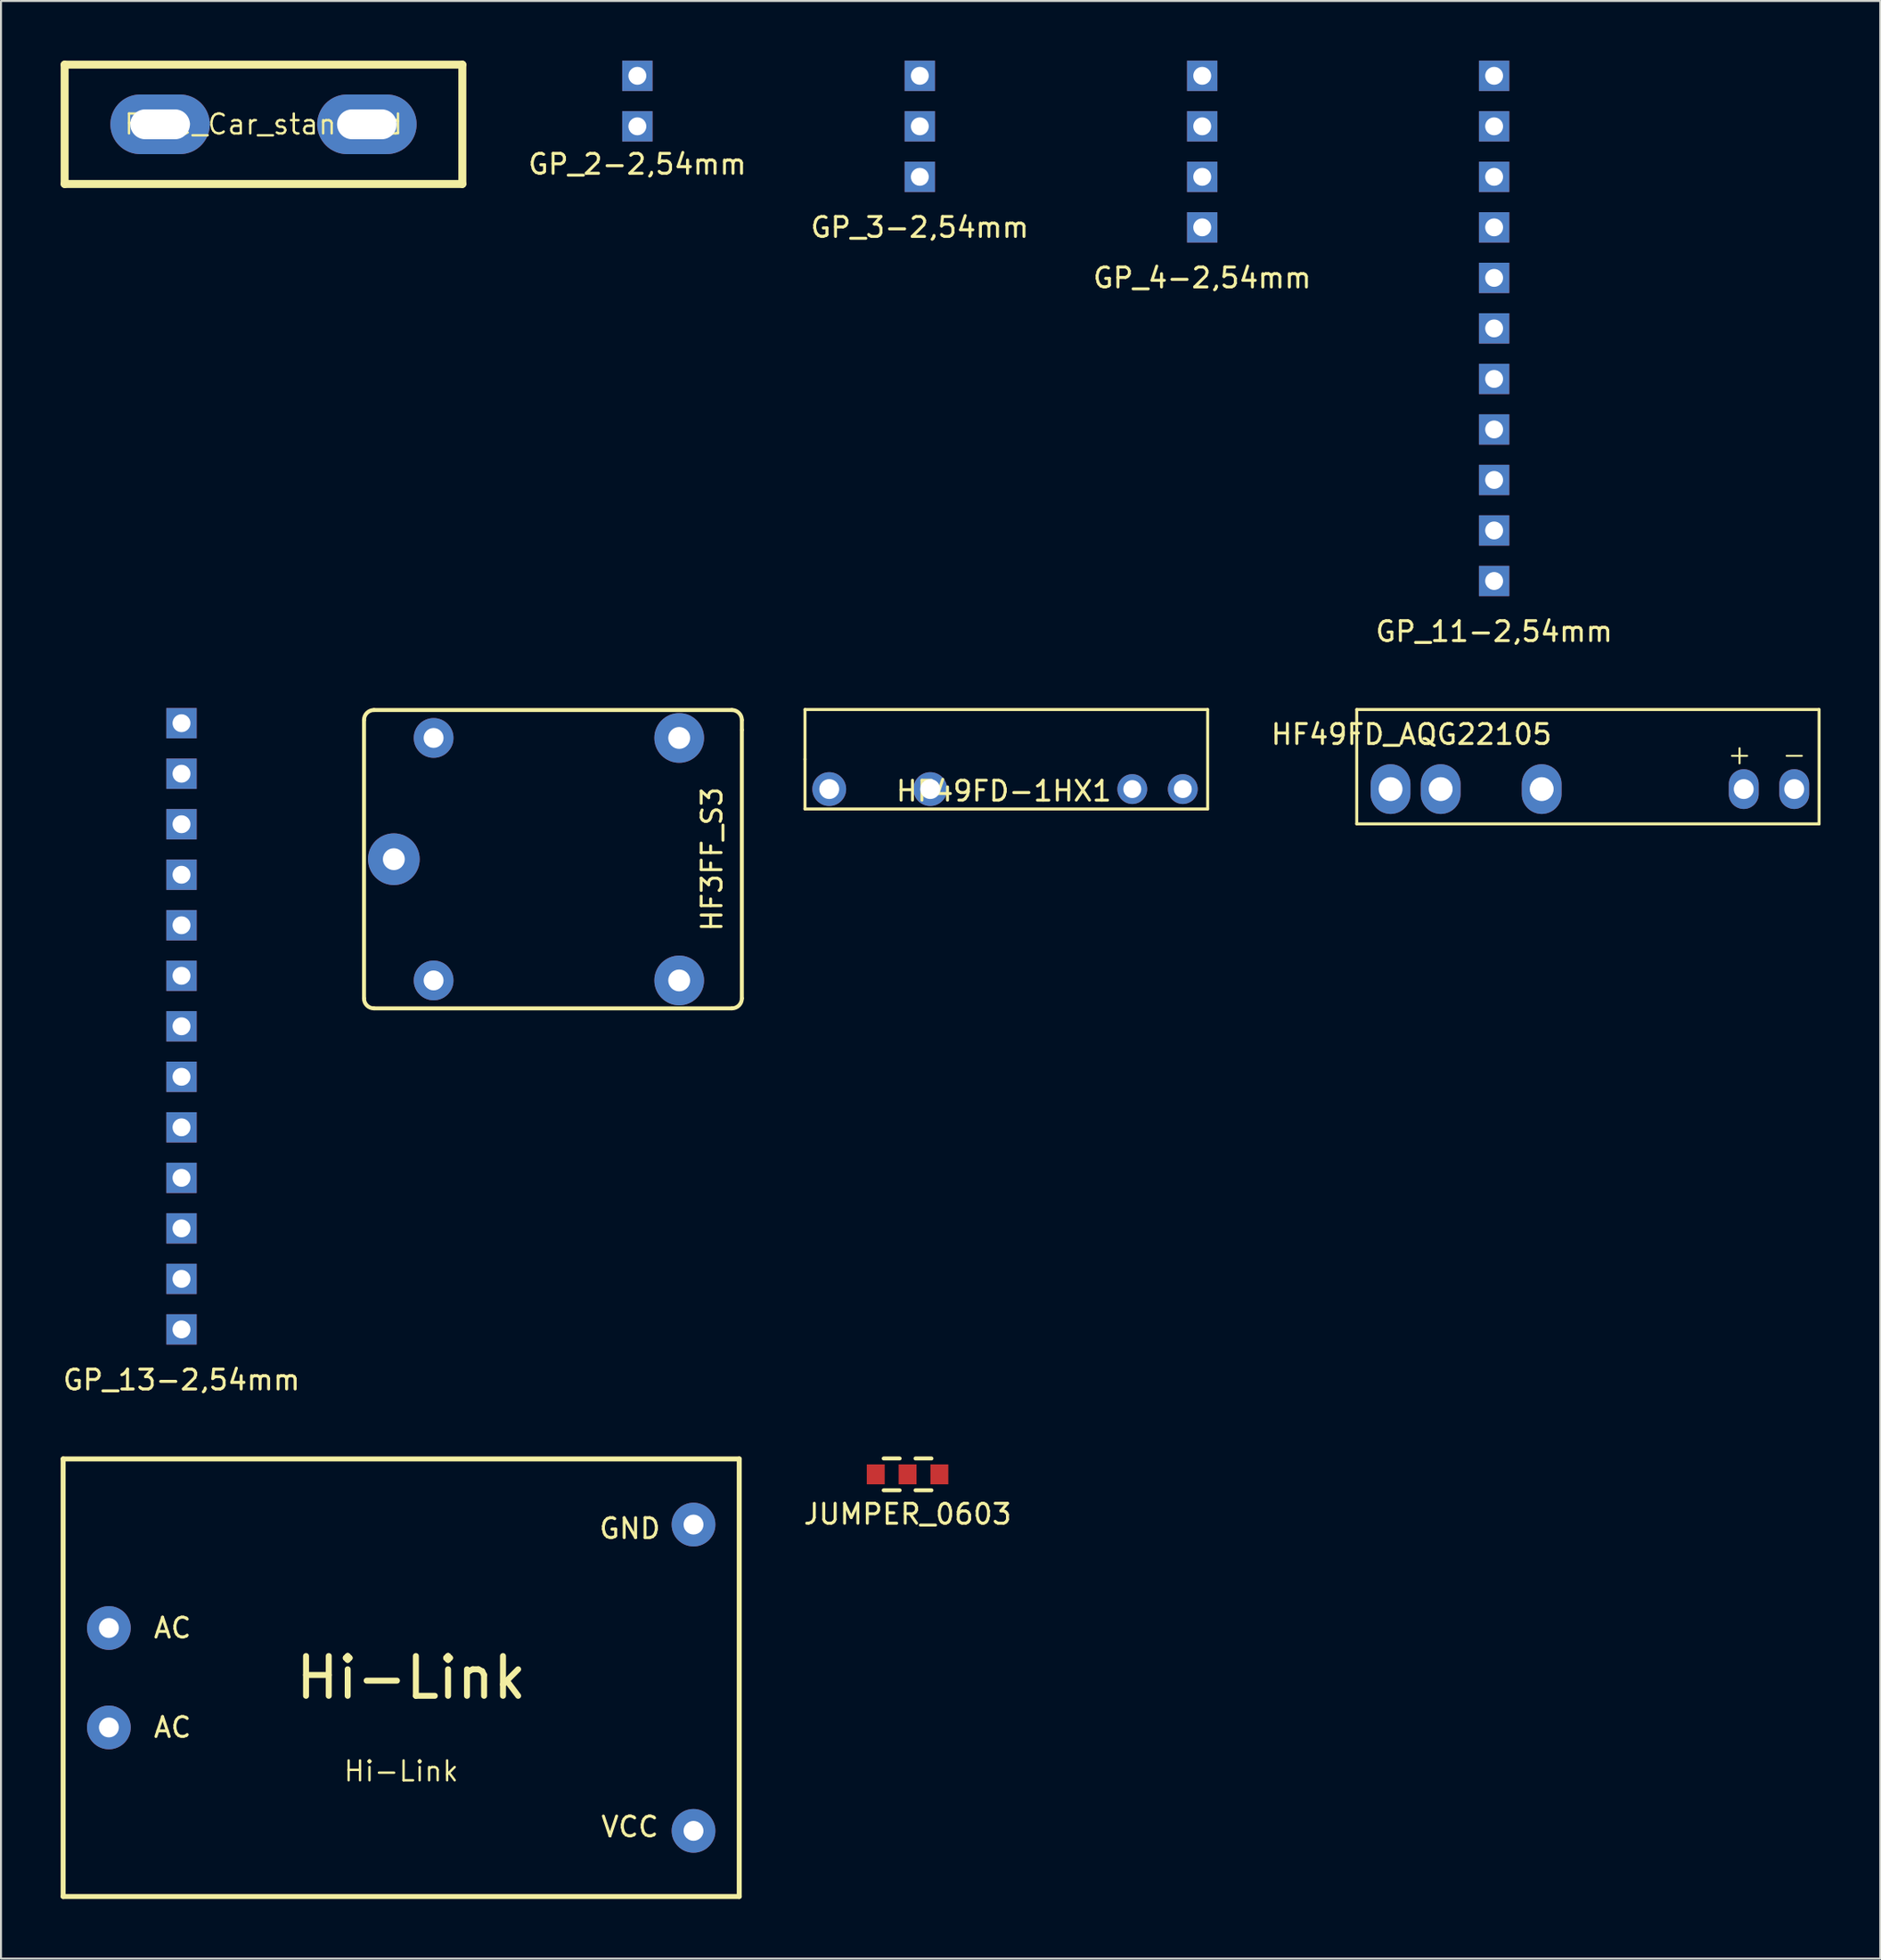
<source format=kicad_pcb>
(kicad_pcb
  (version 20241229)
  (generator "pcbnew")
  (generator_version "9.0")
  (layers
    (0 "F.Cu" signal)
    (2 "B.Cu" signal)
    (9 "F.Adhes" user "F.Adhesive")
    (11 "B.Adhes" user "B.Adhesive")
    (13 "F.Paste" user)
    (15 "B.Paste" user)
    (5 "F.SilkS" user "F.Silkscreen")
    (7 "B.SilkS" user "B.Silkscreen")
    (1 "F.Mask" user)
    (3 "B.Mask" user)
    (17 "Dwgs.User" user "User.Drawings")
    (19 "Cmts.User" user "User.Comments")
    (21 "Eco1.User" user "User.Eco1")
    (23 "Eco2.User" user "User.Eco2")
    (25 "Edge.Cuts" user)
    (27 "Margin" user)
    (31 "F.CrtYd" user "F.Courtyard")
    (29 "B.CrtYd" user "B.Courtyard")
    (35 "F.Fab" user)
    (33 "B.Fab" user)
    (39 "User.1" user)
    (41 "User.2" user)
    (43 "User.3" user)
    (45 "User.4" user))
  (footprint "Hi-Link"
    (layer "F.Cu")
    (at 17.125 81.305)
    (property "Reference" "Hi-Link" (at 0 4.7 0) (layer "F.SilkS") (effects (font (size 1 1) (thickness 0.12))))
    (attr through_hole)
    (fp_line (start -17 -11) (end 17 -11) (stroke (width 0.25) (type solid)) (layer "F.SilkS"))
    (fp_line (start -17 11) (end -17 -11) (stroke (width 0.25) (type solid)) (layer "F.SilkS"))
    (fp_line (start 17 -11) (end 17 11) (stroke (width 0.25) (type solid)) (layer "F.SilkS"))
    (fp_line (start 17 11) (end -17 11) (stroke (width 0.25) (type solid)) (layer "F.SilkS"))
    (fp_text user "VCC" (at 11.5 7.5 0) (layer "F.SilkS") (effects (font (size 1 1) (thickness 0.15))))
    (fp_text user "Hi-Link" (at 0.5 0 0) (layer "F.SilkS") (effects (font (size 2 2) (thickness 0.3))))
    (fp_text user "AC" (at -11.5 -2.5 0) (layer "F.SilkS") (effects (font (size 1 1) (thickness 0.15))))
    (fp_text user "AC" (at -11.5 2.5 0) (layer "F.SilkS") (effects (font (size 1 1) (thickness 0.15))))
    (fp_text user "GND" (at 11.5 -7.5 0) (layer "F.SilkS") (effects (font (size 1 1) (thickness 0.15))))
    (pad "1" thru_hole circle (at -14.7 -2.5) (size 2.2 2.2) (drill 1) (layers "*.Cu" "*.Mask"))
    (pad "2" thru_hole circle (at -14.7 2.5) (size 2.2 2.2) (drill 1) (layers "*.Cu" "*.Mask"))
    (pad "3" thru_hole circle (at 14.7 -7.7) (size 2.2 2.2) (drill 1) (layers "*.Cu" "*.Mask"))
    (pad "4" thru_hole circle (at 14.7 7.7) (size 2.2 2.2) (drill 1) (layers "*.Cu" "*.Mask")))
  (footprint "Fuse_Car_standard"
    (layer "F.Cu")
    (at 10.2 3.2)
    (property "Reference" "Fuse_Car_standard" (at 0 0 0) (layer "F.SilkS") (effects (font (size 1 1) (thickness 0.12))))
    (attr through_hole)
    (fp_line (start -10 -3) (end -10 3) (stroke (width 0.4) (type solid)) (layer "F.SilkS"))
    (fp_line (start -10 3) (end 10 3) (stroke (width 0.4) (type solid)) (layer "F.SilkS"))
    (fp_line (start 10 -3) (end -10 -3) (stroke (width 0.4) (type solid)) (layer "F.SilkS"))
    (fp_line (start 10 3) (end 10 -3) (stroke (width 0.4) (type solid)) (layer "F.SilkS"))
    (pad "1" thru_hole oval (at -5.2 0) (size 5 3) (drill oval 3 1.5) (layers "*.Cu" "*.Mask"))
    (pad "2" thru_hole oval (at 5.2 0) (size 5 3) (drill oval 3 1.5) (layers "*.Cu" "*.Mask")))
  (footprint "HF49FD-1HX1"
    (layer "F.Cu")
    (at 47.43 35.125)
    (property "Reference" "HF49FD-1HX1" (at 0 1.6 0) (layer "F.SilkS") (effects (font (size 1 1) (thickness 0.15))))
    (attr through_hole)
    (fp_line (start -10 -2.5) (end 10.25 -2.5) (stroke (width 0.15) (type solid)) (layer "F.SilkS"))
    (fp_line (start -10 0) (end -10 -2.5) (stroke (width 0.15) (type solid)) (layer "F.SilkS"))
    (fp_line (start -10 2.5) (end -10 0) (stroke (width 0.15) (type solid)) (layer "F.SilkS"))
    (fp_line (start 10.25 -2.5) (end 10.25 2.5) (stroke (width 0.15) (type solid)) (layer "F.SilkS"))
    (fp_line (start 10.25 2.5) (end -10 2.5) (stroke (width 0.15) (type solid)) (layer "F.SilkS"))
    (pad "1" thru_hole circle (at 9 1.5) (size 1.5 1.5) (drill 0.9) (layers "*.Cu" "*.Mask"))
    (pad "2" thru_hole circle (at 6.46 1.5) (size 1.5 1.5) (drill 0.9) (layers "*.Cu" "*.Mask"))
    (pad "3" thru_hole circle (at -3.7 1.5) (size 1.7 1.7) (drill 1) (layers "*.Cu" "*.Mask"))
    (pad "4" thru_hole circle (at -8.78 1.5) (size 1.7 1.7) (drill 1) (layers "*.Cu" "*.Mask")))
  (footprint "GP_2-2,54mm"
    (layer "F.Cu")
    (at 29.001 2.032)
    (property "Reference" "GP_2-2,54mm" (at 0 3.175 0) (layer "F.SilkS") (effects (font (size 1 1) (thickness 0.15))))
    (attr through_hole)
    (pad "1" thru_hole rect (at 0 -1.27) (size 1.524 1.524) (drill 0.9) (layers "*.Cu" "*.Mask"))
    (pad "2" thru_hole rect (at 0 1.27) (size 1.524 1.524) (drill 0.9) (layers "*.Cu" "*.Mask")))
  (footprint "GP_13-2,54mm"
    (layer "F.Cu")
    (at 6.077 46.012)
    (property "Reference" "GP_13-2,54mm" (at 0 20.32 0) (layer "F.SilkS") (effects (font (size 1 1) (thickness 0.15))))
    (attr through_hole)
    (pad "1" thru_hole rect (at 0 -12.7) (size 1.524 1.524) (drill 0.9) (layers "*.Cu" "*.Mask"))
    (pad "2" thru_hole rect (at 0 -10.16) (size 1.524 1.524) (drill 0.9) (layers "*.Cu" "*.Mask"))
    (pad "3" thru_hole rect (at 0 -7.62) (size 1.524 1.524) (drill 0.9) (layers "*.Cu" "*.Mask"))
    (pad "4" thru_hole rect (at 0 -5.08) (size 1.524 1.524) (drill 0.9) (layers "*.Cu" "*.Mask"))
    (pad "5" thru_hole rect (at 0 -2.54) (size 1.524 1.524) (drill 0.9) (layers "*.Cu" "*.Mask"))
    (pad "6" thru_hole rect (at 0 0) (size 1.524 1.524) (drill 0.9) (layers "*.Cu" "*.Mask"))
    (pad "7" thru_hole rect (at 0 2.54) (size 1.524 1.524) (drill 0.9) (layers "*.Cu" "*.Mask"))
    (pad "8" thru_hole rect (at 0 5.08) (size 1.524 1.524) (drill 0.9) (layers "*.Cu" "*.Mask"))
    (pad "9" thru_hole rect (at 0 7.62) (size 1.524 1.524) (drill 0.9) (layers "*.Cu" "*.Mask"))
    (pad "10" thru_hole rect (at 0 10.16) (size 1.524 1.524) (drill 0.9) (layers "*.Cu" "*.Mask"))
    (pad "11" thru_hole rect (at 0 12.7) (size 1.524 1.524) (drill 0.9) (layers "*.Cu" "*.Mask"))
    (pad "12" thru_hole rect (at 0 15.24) (size 1.524 1.524) (drill 0.9) (layers "*.Cu" "*.Mask"))
    (pad "13" thru_hole rect (at 0 17.78) (size 1.524 1.524) (drill 0.9) (layers "*.Cu" "*.Mask")))
  (footprint "GP_4-2,54mm"
    (layer "F.Cu")
    (at 57.406 4.572)
    (property "Reference" "GP_4-2,54mm" (at 0 6.35 0) (layer "F.SilkS") (effects (font (size 1 1) (thickness 0.15))))
    (attr through_hole)
    (pad "1" thru_hole rect (at 0 -3.81) (size 1.524 1.524) (drill 0.9) (layers "*.Cu" "*.Mask"))
    (pad "2" thru_hole rect (at 0 -1.27) (size 1.524 1.524) (drill 0.9) (layers "*.Cu" "*.Mask"))
    (pad "3" thru_hole rect (at 0 1.27) (size 1.524 1.524) (drill 0.9) (layers "*.Cu" "*.Mask"))
    (pad "4" thru_hole rect (at 0 3.81) (size 1.524 1.524) (drill 0.9) (layers "*.Cu" "*.Mask")))
  (footprint "JUMPER_0603"
    (layer "F.Cu")
    (at 42.589 71.081)
    (property "Reference" "JUMPER_0603" (at 0 2 0) (layer "F.SilkS") (effects (font (size 1 1) (thickness 0.15))))
    (attr through_hole)
    (fp_line (start -1.2 -0.8) (end -0.4 -0.8) (stroke (width 0.2) (type solid)) (layer "F.SilkS"))
    (fp_line (start -1.2 0.8) (end -0.4 0.8) (stroke (width 0.2) (type solid)) (layer "F.SilkS"))
    (fp_line (start 0.4 -0.8) (end 1.2 -0.8) (stroke (width 0.2) (type solid)) (layer "F.SilkS"))
    (fp_line (start 0.4 0.8) (end 1.2 0.8) (stroke (width 0.2) (type solid)) (layer "F.SilkS"))
    (pad "1" smd rect (at -1.6 0) (size 0.9 1) (layers "F.Cu" "F.Mask"))
    (pad "2" smd rect (at 0 0) (size 0.9 1) (layers "F.Cu" "F.Mask"))
    (pad "3" smd rect (at 1.6 0) (size 0.9 1) (layers "F.Cu" "F.Mask")))
  (footprint "HF49FD_AQG22105"
    (layer "F.Cu")
    (at 78.177 35.125)
    (property "Reference" "HF49FD_AQG22105" (at -10.25 -1.25 0) (layer "F.SilkS") (effects (font (size 1 1) (thickness 0.15))))
    (attr through_hole)
    (fp_line (start -13 -2.5) (end 10.25 -2.5) (stroke (width 0.15) (type solid)) (layer "F.SilkS"))
    (fp_line (start -13 3.25) (end -13 -2.5) (stroke (width 0.15) (type solid)) (layer "F.SilkS"))
    (fp_line (start 10.25 -2.5) (end 10.25 3.25) (stroke (width 0.15) (type solid)) (layer "F.SilkS"))
    (fp_line (start 10.25 3.25) (end -13 3.25) (stroke (width 0.15) (type solid)) (layer "F.SilkS"))
    (fp_text user "-" (at 9 -0.25 0) (unlocked yes) (layer "F.SilkS") (effects (font (size 1 1) (thickness 0.1))))
    (fp_text user "+" (at 6.25 -0.25 0) (unlocked yes) (layer "F.SilkS") (effects (font (size 1 1) (thickness 0.1))))
    (pad "1" thru_hole oval (at 9 1.5) (size 1.5 2) (drill 1) (layers "*.Cu" "*.Mask"))
    (pad "2" thru_hole oval (at 6.46 1.5) (size 1.5 2) (drill 1) (layers "*.Cu" "*.Mask"))
    (pad "3" thru_hole oval (at -3.7 1.5) (size 2 2.5) (drill 1.2) (layers "*.Cu" "*.Mask"))
    (pad "4" thru_hole oval (at -11.3 1.5) (size 2 2.5) (drill 1.2) (layers "*.Cu" "*.Mask"))
    (pad "4" thru_hole oval (at -8.78 1.5) (size 2 2.5) (drill 1.2) (layers "*.Cu" "*.Mask")))
  (footprint "GP_3-2,54mm"
    (layer "F.Cu")
    (at 43.204 3.302)
    (property "Reference" "GP_3-2,54mm" (at 0 5.08 0) (layer "F.SilkS") (effects (font (size 1 1) (thickness 0.15))))
    (attr through_hole)
    (pad "1" thru_hole rect (at 0 -2.54) (size 1.524 1.524) (drill 0.9) (layers "*.Cu" "*.Mask"))
    (pad "2" thru_hole rect (at 0 0) (size 1.524 1.524) (drill 0.9) (layers "*.Cu" "*.Mask"))
    (pad "3" thru_hole rect (at 0 2.54) (size 1.524 1.524) (drill 0.9) (layers "*.Cu" "*.Mask")))
  (footprint "HF3FF_S3"
    (layer "F.Cu")
    (at 24.755 40.15)
    (property "Reference" "HF3FF_S3" (at 8 0 90) (layer "F.SilkS") (effects (font (size 1 1) (thickness 0.15))))
    (attr through_hole)
    (fp_line (start -9.5 -7) (end -9.5 7) (stroke (width 0.2) (type solid)) (layer "F.SilkS"))
    (fp_line (start -9 -7.5) (end 9 -7.5) (stroke (width 0.2) (type solid)) (layer "F.SilkS"))
    (fp_line (start -9 7.5) (end 9 7.5) (stroke (width 0.2) (type solid)) (layer "F.SilkS"))
    (fp_line (start 9.5 -6.5) (end 9.5 -7) (stroke (width 0.2) (type solid)) (layer "F.SilkS"))
    (fp_line (start 9.5 7) (end 9.5 -6.5) (stroke (width 0.2) (type solid)) (layer "F.SilkS"))
    (fp_arc (start -9.5 -7) (mid -9.353553 -7.353553) (end -9 -7.5) (stroke (width 0.2) (type solid)) (layer "F.SilkS"))
    (fp_arc (start -9 7.5) (mid -9.353553 7.353553) (end -9.5 7) (stroke (width 0.2) (type solid)) (layer "F.SilkS"))
    (fp_arc (start 9 -7.5) (mid 9.353553 -7.353553) (end 9.5 -7) (stroke (width 0.2) (type solid)) (layer "F.SilkS"))
    (fp_arc (start 9.5 7) (mid 9.353553 7.353553) (end 9 7.5) (stroke (width 0.2) (type solid)) (layer "F.SilkS"))
    (pad "11" thru_hole circle (at -8 0) (size 2.6 2.6) (drill 1.1) (layers "*.Cu" "*.Mask"))
    (pad "12" thru_hole circle (at 6.35 -6.096) (size 2.5 2.5) (drill 1.1) (layers "*.Cu" "*.Mask"))
    (pad "13" thru_hole circle (at 6.35 6.096) (size 2.5 2.5) (drill 1.1) (layers "*.Cu" "*.Mask"))
    (pad "A1" thru_hole circle (at -6 -6.096) (size 2 2) (drill 1) (layers "*.Cu" "*.Mask"))
    (pad "A2" thru_hole circle (at -6 6.096) (size 2 2) (drill 1) (layers "*.Cu" "*.Mask")))
  (footprint "GP_11-2,54mm"
    (layer "F.Cu")
    (at 72.085 13.462)
    (property "Reference" "GP_11-2,54mm" (at 0 15.24 0) (layer "F.SilkS") (effects (font (size 1 1) (thickness 0.15))))
    (attr through_hole)
    (pad "1" thru_hole rect (at 0 -12.7) (size 1.524 1.524) (drill 0.9) (layers "*.Cu" "*.Mask"))
    (pad "2" thru_hole rect (at 0 -10.16) (size 1.524 1.524) (drill 0.9) (layers "*.Cu" "*.Mask"))
    (pad "3" thru_hole rect (at 0 -7.62) (size 1.524 1.524) (drill 0.9) (layers "*.Cu" "*.Mask"))
    (pad "4" thru_hole rect (at 0 -5.08) (size 1.524 1.524) (drill 0.9) (layers "*.Cu" "*.Mask"))
    (pad "5" thru_hole rect (at 0 -2.54) (size 1.524 1.524) (drill 0.9) (layers "*.Cu" "*.Mask"))
    (pad "6" thru_hole rect (at 0 0) (size 1.524 1.524) (drill 0.9) (layers "*.Cu" "*.Mask"))
    (pad "7" thru_hole rect (at 0 2.54) (size 1.524 1.524) (drill 0.9) (layers "*.Cu" "*.Mask"))
    (pad "8" thru_hole rect (at 0 5.08) (size 1.524 1.524) (drill 0.9) (layers "*.Cu" "*.Mask"))
    (pad "9" thru_hole rect (at 0 7.62) (size 1.524 1.524) (drill 0.9) (layers "*.Cu" "*.Mask"))
    (pad "10" thru_hole rect (at 0 10.16) (size 1.524 1.524) (drill 0.9) (layers "*.Cu" "*.Mask"))
    (pad "11" thru_hole rect (at 0 12.7) (size 1.524 1.524) (drill 0.9) (layers "*.Cu" "*.Mask")))
  (gr_rect
    (start -3 -3)
    (end 91.502 95.43)
    (stroke (width 0.1) (type default))
    (fill no)
    (layer "Edge.Cuts")))
</source>
